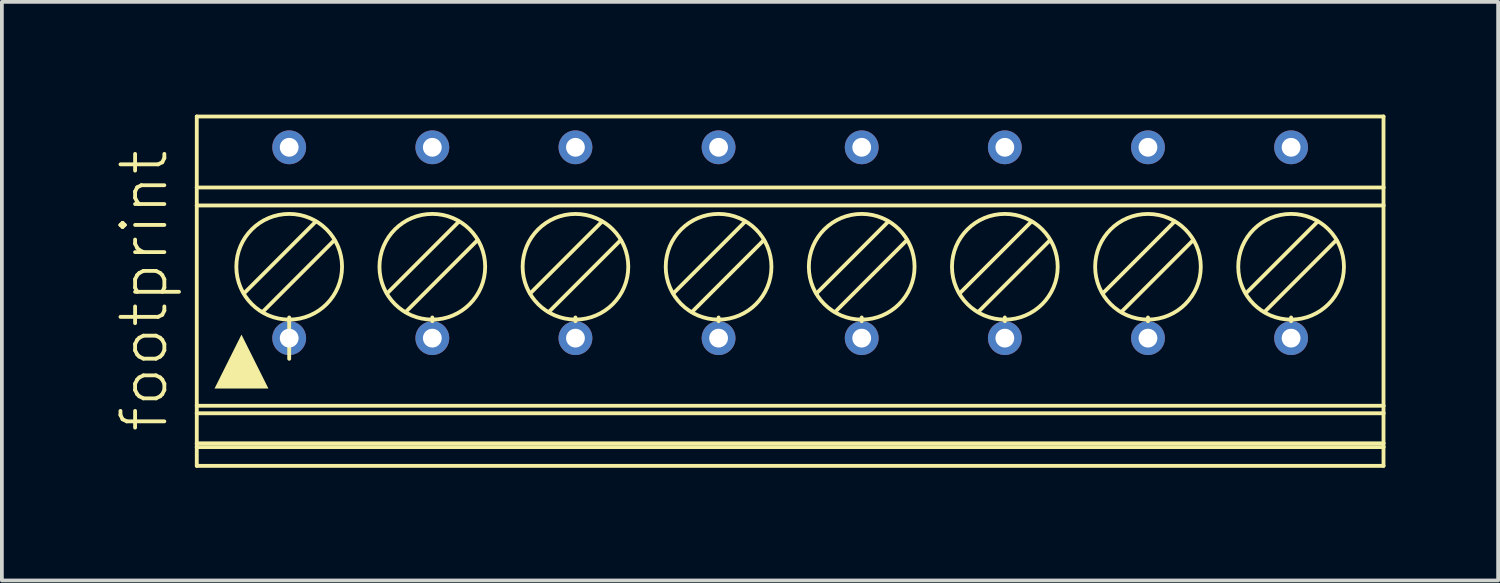
<source format=kicad_pcb>
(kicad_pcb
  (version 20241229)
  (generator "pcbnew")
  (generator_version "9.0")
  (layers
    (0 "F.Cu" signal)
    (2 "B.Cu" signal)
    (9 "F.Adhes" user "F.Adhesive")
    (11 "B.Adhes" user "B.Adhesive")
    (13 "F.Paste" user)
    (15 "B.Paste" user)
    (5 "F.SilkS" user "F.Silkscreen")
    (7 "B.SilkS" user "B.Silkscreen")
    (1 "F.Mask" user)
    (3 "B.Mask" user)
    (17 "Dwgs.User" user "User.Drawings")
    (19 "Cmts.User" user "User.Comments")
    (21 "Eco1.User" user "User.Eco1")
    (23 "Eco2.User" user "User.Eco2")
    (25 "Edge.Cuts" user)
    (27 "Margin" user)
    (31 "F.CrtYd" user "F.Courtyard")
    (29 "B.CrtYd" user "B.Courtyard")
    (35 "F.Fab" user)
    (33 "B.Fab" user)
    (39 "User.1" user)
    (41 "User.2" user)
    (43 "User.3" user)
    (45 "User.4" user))
  (footprint "footprint"
    (layer "F.Cu")
    (at 17.983 4.701)
    (property "Reference" "footprint" (at -16.51 3.81 90) (layer "F.SilkS") (effects (font (size 1.168 1.168) (thickness 0.102)) (justify left bottom)))
    (fp_line (start -15.795 -2.76) (end -15.795 -4.65) (stroke (width 0.102) (type solid)) (layer "F.SilkS"))
    (fp_line (start -15.795 -2.282) (end -15.795 -2.76) (stroke (width 0.102) (type solid)) (layer "F.SilkS"))
    (fp_line (start -15.795 3.05) (end -15.795 -2.282) (stroke (width 0.102) (type solid)) (layer "F.SilkS"))
    (fp_line (start -15.795 3.25) (end -15.795 3.05) (stroke (width 0.102) (type solid)) (layer "F.SilkS"))
    (fp_line (start -15.795 4.05) (end -15.795 3.25) (stroke (width 0.102) (type solid)) (layer "F.SilkS"))
    (fp_line (start -15.795 4.15) (end -15.795 4.05) (stroke (width 0.102) (type solid)) (layer "F.SilkS"))
    (fp_line (start -15.795 4.15) (end 15.795 4.15) (stroke (width 0.102) (type solid)) (layer "F.SilkS"))
    (fp_line (start -15.795 4.65) (end -15.795 4.15) (stroke (width 0.102) (type solid)) (layer "F.SilkS"))
    (fp_line (start -14.046 0.556) (end -12.129 -1.361) (stroke (width 0.102) (type solid)) (layer "F.SilkS"))
    (fp_line (start -13.335 0.75) (end -13.335 0.7) (stroke (width 0.102) (type solid)) (layer "F.SilkS"))
    (fp_line (start -13.335 0.8) (end -13.335 0.75) (stroke (width 0.102) (type solid)) (layer "F.SilkS"))
    (fp_line (start -13.335 0.8) (end -13.335 1.8) (stroke (width 0.102) (type solid)) (layer "F.SilkS"))
    (fp_line (start -12.624 -1.856) (end -14.541 0.061) (stroke (width 0.102) (type solid)) (layer "F.SilkS"))
    (fp_line (start -10.236 0.556) (end -8.319 -1.361) (stroke (width 0.102) (type solid)) (layer "F.SilkS"))
    (fp_line (start -9.525 0.75) (end -9.525 0.7) (stroke (width 0.102) (type solid)) (layer "F.SilkS"))
    (fp_line (start -9.525 0.8) (end -9.525 0.75) (stroke (width 0.102) (type solid)) (layer "F.SilkS"))
    (fp_line (start -8.814 -1.856) (end -10.731 0.061) (stroke (width 0.102) (type solid)) (layer "F.SilkS"))
    (fp_line (start -6.426 0.556) (end -4.509 -1.361) (stroke (width 0.102) (type solid)) (layer "F.SilkS"))
    (fp_line (start -5.715 0.75) (end -5.715 0.7) (stroke (width 0.102) (type solid)) (layer "F.SilkS"))
    (fp_line (start -5.715 0.8) (end -5.715 0.75) (stroke (width 0.102) (type solid)) (layer "F.SilkS"))
    (fp_line (start -5.004 -1.856) (end -6.921 0.061) (stroke (width 0.102) (type solid)) (layer "F.SilkS"))
    (fp_line (start -2.616 0.556) (end -0.699 -1.361) (stroke (width 0.102) (type solid)) (layer "F.SilkS"))
    (fp_line (start -1.905 0.75) (end -1.905 0.7) (stroke (width 0.102) (type solid)) (layer "F.SilkS"))
    (fp_line (start -1.905 0.8) (end -1.905 0.75) (stroke (width 0.102) (type solid)) (layer "F.SilkS"))
    (fp_line (start -1.194 -1.856) (end -3.111 0.061) (stroke (width 0.102) (type solid)) (layer "F.SilkS"))
    (fp_line (start 1.194 0.556) (end 3.111 -1.361) (stroke (width 0.102) (type solid)) (layer "F.SilkS"))
    (fp_line (start 1.905 0.75) (end 1.905 0.7) (stroke (width 0.102) (type solid)) (layer "F.SilkS"))
    (fp_line (start 1.905 0.8) (end 1.905 0.75) (stroke (width 0.102) (type solid)) (layer "F.SilkS"))
    (fp_line (start 2.616 -1.856) (end 0.699 0.061) (stroke (width 0.102) (type solid)) (layer "F.SilkS"))
    (fp_line (start 5.004 0.556) (end 6.921 -1.361) (stroke (width 0.102) (type solid)) (layer "F.SilkS"))
    (fp_line (start 5.715 0.75) (end 5.715 0.7) (stroke (width 0.102) (type solid)) (layer "F.SilkS"))
    (fp_line (start 5.715 0.8) (end 5.715 0.75) (stroke (width 0.102) (type solid)) (layer "F.SilkS"))
    (fp_line (start 6.426 -1.856) (end 4.509 0.061) (stroke (width 0.102) (type solid)) (layer "F.SilkS"))
    (fp_line (start 8.814 0.556) (end 10.731 -1.361) (stroke (width 0.102) (type solid)) (layer "F.SilkS"))
    (fp_line (start 9.525 0.75) (end 9.525 0.7) (stroke (width 0.102) (type solid)) (layer "F.SilkS"))
    (fp_line (start 9.525 0.8) (end 9.525 0.75) (stroke (width 0.102) (type solid)) (layer "F.SilkS"))
    (fp_line (start 10.236 -1.856) (end 8.319 0.061) (stroke (width 0.102) (type solid)) (layer "F.SilkS"))
    (fp_line (start 12.624 0.556) (end 14.541 -1.361) (stroke (width 0.102) (type solid)) (layer "F.SilkS"))
    (fp_line (start 13.335 0.75) (end 13.335 0.7) (stroke (width 0.102) (type solid)) (layer "F.SilkS"))
    (fp_line (start 13.335 0.8) (end 13.335 0.75) (stroke (width 0.102) (type solid)) (layer "F.SilkS"))
    (fp_line (start 14.046 -1.856) (end 12.129 0.061) (stroke (width 0.102) (type solid)) (layer "F.SilkS"))
    (fp_line (start 15.795 -4.65) (end -15.795 -4.65) (stroke (width 0.102) (type solid)) (layer "F.SilkS"))
    (fp_line (start 15.795 -2.76) (end -15.795 -2.76) (stroke (width 0.102) (type solid)) (layer "F.SilkS"))
    (fp_line (start 15.795 -2.76) (end 15.795 -4.65) (stroke (width 0.102) (type solid)) (layer "F.SilkS"))
    (fp_line (start 15.795 -2.76) (end 15.795 -2.282) (stroke (width 0.102) (type solid)) (layer "F.SilkS"))
    (fp_line (start 15.795 -2.282) (end -15.795 -2.282) (stroke (width 0.102) (type solid)) (layer "F.SilkS"))
    (fp_line (start 15.795 -2.282) (end 15.795 3.05) (stroke (width 0.102) (type solid)) (layer "F.SilkS"))
    (fp_line (start 15.795 3.05) (end -15.795 3.05) (stroke (width 0.102) (type solid)) (layer "F.SilkS"))
    (fp_line (start 15.795 3.25) (end -15.795 3.25) (stroke (width 0.102) (type solid)) (layer "F.SilkS"))
    (fp_line (start 15.795 3.25) (end 15.795 3.05) (stroke (width 0.102) (type solid)) (layer "F.SilkS"))
    (fp_line (start 15.795 4.05) (end -15.795 4.05) (stroke (width 0.102) (type solid)) (layer "F.SilkS"))
    (fp_line (start 15.795 4.05) (end 15.795 3.25) (stroke (width 0.102) (type solid)) (layer "F.SilkS"))
    (fp_line (start 15.795 4.15) (end 15.795 4.05) (stroke (width 0.102) (type solid)) (layer "F.SilkS"))
    (fp_line (start 15.795 4.65) (end -15.795 4.65) (stroke (width 0.102) (type solid)) (layer "F.SilkS"))
    (fp_line (start 15.795 4.65) (end 15.795 4.15) (stroke (width 0.102) (type solid)) (layer "F.SilkS"))
    (fp_circle (center -13.335 -0.65) (end -11.928 -0.65) (stroke (width 0.102) (type solid)) (fill no) (layer "F.SilkS"))
    (fp_circle (center -9.525 -0.65) (end -8.118 -0.65) (stroke (width 0.102) (type solid)) (fill no) (layer "F.SilkS"))
    (fp_circle (center -5.715 -0.65) (end -4.309 -0.65) (stroke (width 0.102) (type solid)) (fill no) (layer "F.SilkS"))
    (fp_circle (center -1.905 -0.65) (end -0.498 -0.65) (stroke (width 0.102) (type solid)) (fill no) (layer "F.SilkS"))
    (fp_circle (center 1.905 -0.65) (end 3.312 -0.65) (stroke (width 0.102) (type solid)) (fill no) (layer "F.SilkS"))
    (fp_circle (center 5.715 -0.65) (end 7.122 -0.65) (stroke (width 0.102) (type solid)) (fill no) (layer "F.SilkS"))
    (fp_circle (center 9.525 -0.65) (end 10.931 -0.65) (stroke (width 0.102) (type solid)) (fill no) (layer "F.SilkS"))
    (fp_circle (center 13.335 -0.65) (end 14.742 -0.65) (stroke (width 0.102) (type solid)) (fill no) (layer "F.SilkS"))
    (fp_poly (pts (xy -13.888 2.591) (xy -15.322 2.591) (xy -14.605 1.156)) (stroke (width 0) (type solid)) (fill yes) (layer "F.SilkS"))
    (pad "1.1" thru_hole circle (at -13.335 1.25 90) (size 0.9 0.9) (drill 0.5) (layers "*.Cu" "*.Mask"))
    (pad "1.2" thru_hole circle (at -13.335 -3.83 90) (size 0.9 0.9) (drill 0.5) (layers "*.Cu" "*.Mask"))
    (pad "2.1" thru_hole circle (at -9.525 1.25 90) (size 0.9 0.9) (drill 0.5) (layers "*.Cu" "*.Mask"))
    (pad "2.2" thru_hole circle (at -9.525 -3.83 90) (size 0.9 0.9) (drill 0.5) (layers "*.Cu" "*.Mask"))
    (pad "3.1" thru_hole circle (at -5.715 1.25 90) (size 0.9 0.9) (drill 0.5) (layers "*.Cu" "*.Mask"))
    (pad "3.2" thru_hole circle (at -5.715 -3.83 90) (size 0.9 0.9) (drill 0.5) (layers "*.Cu" "*.Mask"))
    (pad "4.1" thru_hole circle (at -1.905 1.25 90) (size 0.9 0.9) (drill 0.5) (layers "*.Cu" "*.Mask"))
    (pad "4.2" thru_hole circle (at -1.905 -3.83 90) (size 0.9 0.9) (drill 0.5) (layers "*.Cu" "*.Mask"))
    (pad "5.1" thru_hole circle (at 1.905 1.25 90) (size 0.9 0.9) (drill 0.5) (layers "*.Cu" "*.Mask"))
    (pad "5.2" thru_hole circle (at 1.905 -3.83 90) (size 0.9 0.9) (drill 0.5) (layers "*.Cu" "*.Mask"))
    (pad "6.1" thru_hole circle (at 5.715 1.25 90) (size 0.9 0.9) (drill 0.5) (layers "*.Cu" "*.Mask"))
    (pad "6.2" thru_hole circle (at 5.715 -3.83 90) (size 0.9 0.9) (drill 0.5) (layers "*.Cu" "*.Mask"))
    (pad "7.1" thru_hole circle (at 9.525 1.25 90) (size 0.9 0.9) (drill 0.5) (layers "*.Cu" "*.Mask"))
    (pad "7.2" thru_hole circle (at 9.525 -3.83 90) (size 0.9 0.9) (drill 0.5) (layers "*.Cu" "*.Mask"))
    (pad "8.1" thru_hole circle (at 13.335 1.25 90) (size 0.9 0.9) (drill 0.5) (layers "*.Cu" "*.Mask"))
    (pad "8.2" thru_hole circle (at 13.335 -3.83 90) (size 0.9 0.9) (drill 0.5) (layers "*.Cu" "*.Mask")))
  (gr_rect
    (start -3 -3)
    (end 36.829 12.402)
    (stroke (width 0.1) (type default))
    (fill no)
    (layer "Edge.Cuts")))
</source>
